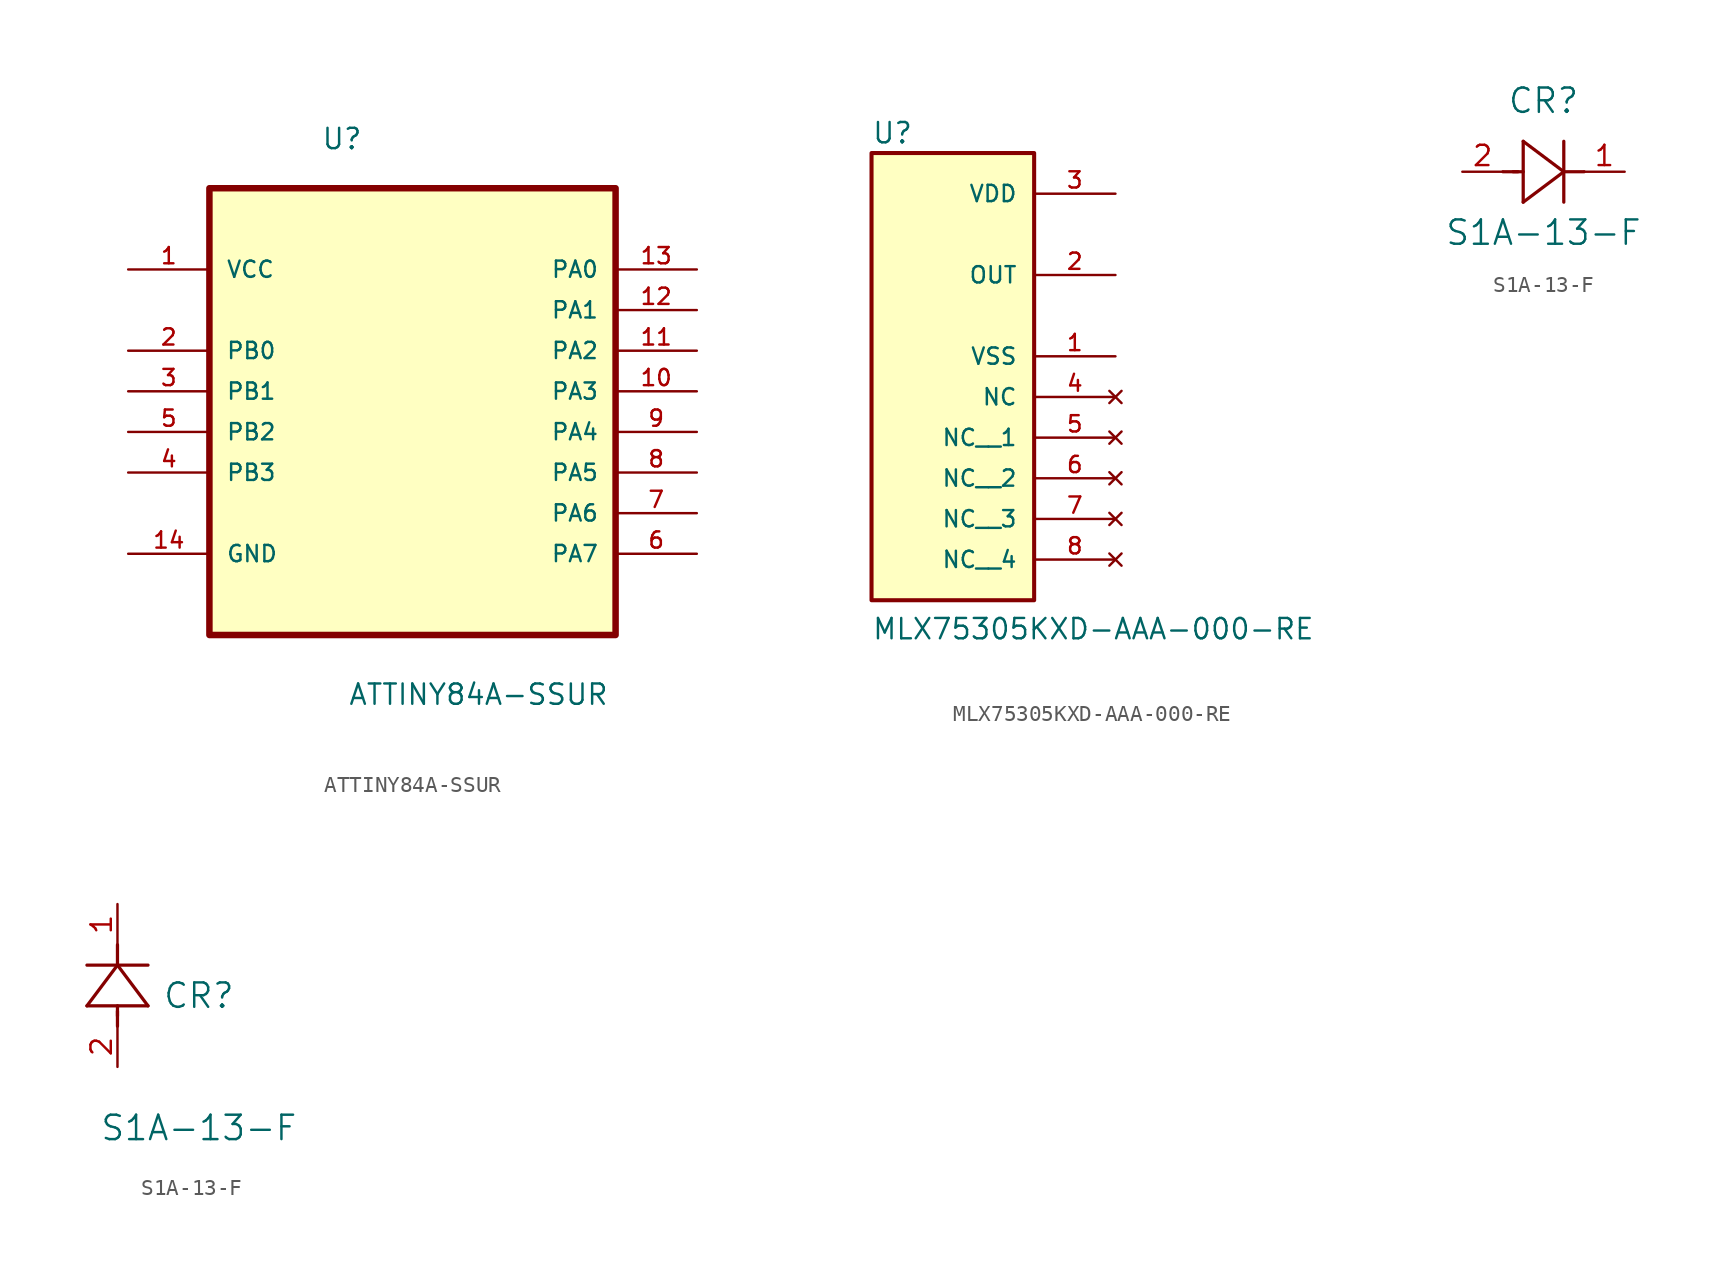
<source format=kicad_sym>
(kicad_symbol_lib
  (version 20220914)
  (generator kicad_symbol_editor)
  (symbol "ATTINY84A-SSUR"
    (pin_names
      (offset 1.016))
    (property "Reference" "U"
      (at -5.718 12.504 0)
      (effects (font (size 1.27 1.27)) (justify left bottom)))
    (property "Value" "ATTINY84A-SSUR"
      (at -4.046 -22.243 0)
      (effects (font (size 1.27 1.27)) (justify left bottom)))
    (symbol "ATTINY84A-SSUR_0_0"
      (rectangle (start -12.7 -17.78) (end 12.7 10.16) (stroke (width 0.406) (type default)) (fill (type background)))
      (pin power_in line (at -17.78 5.08 0) (length 5.08) (name "VCC" (effects (font (size 1.016 1.016)))) (number "1" (effects (font (size 1.016 1.016)))))
      (pin bidirectional line (at 17.78 -2.54 180) (length 5.08) (name "PA3" (effects (font (size 1.016 1.016)))) (number "10" (effects (font (size 1.016 1.016)))))
      (pin bidirectional line (at 17.78 0 180) (length 5.08) (name "PA2" (effects (font (size 1.016 1.016)))) (number "11" (effects (font (size 1.016 1.016)))))
      (pin bidirectional line (at 17.78 2.54 180) (length 5.08) (name "PA1" (effects (font (size 1.016 1.016)))) (number "12" (effects (font (size 1.016 1.016)))))
      (pin bidirectional line (at 17.78 5.08 180) (length 5.08) (name "PA0" (effects (font (size 1.016 1.016)))) (number "13" (effects (font (size 1.016 1.016)))))
      (pin passive line (at -17.78 -12.7 0) (length 5.08) (name "GND" (effects (font (size 1.016 1.016)))) (number "14" (effects (font (size 1.016 1.016)))))
      (pin bidirectional line (at -17.78 0 0) (length 5.08) (name "PB0" (effects (font (size 1.016 1.016)))) (number "2" (effects (font (size 1.016 1.016)))))
      (pin bidirectional line (at -17.78 -2.54 0) (length 5.08) (name "PB1" (effects (font (size 1.016 1.016)))) (number "3" (effects (font (size 1.016 1.016)))))
      (pin bidirectional line (at -17.78 -7.62 0) (length 5.08) (name "PB3" (effects (font (size 1.016 1.016)))) (number "4" (effects (font (size 1.016 1.016)))))
      (pin bidirectional line (at -17.78 -5.08 0) (length 5.08) (name "PB2" (effects (font (size 1.016 1.016)))) (number "5" (effects (font (size 1.016 1.016)))))
      (pin bidirectional line (at 17.78 -12.7 180) (length 5.08) (name "PA7" (effects (font (size 1.016 1.016)))) (number "6" (effects (font (size 1.016 1.016)))))
      (pin bidirectional line (at 17.78 -10.16 180) (length 5.08) (name "PA6" (effects (font (size 1.016 1.016)))) (number "7" (effects (font (size 1.016 1.016)))))
      (pin bidirectional line (at 17.78 -7.62 180) (length 5.08) (name "PA5" (effects (font (size 1.016 1.016)))) (number "8" (effects (font (size 1.016 1.016)))))
      (pin bidirectional line (at 17.78 -5.08 180) (length 5.08) (name "PA4" (effects (font (size 1.016 1.016)))) (number "9" (effects (font (size 1.016 1.016)))))))
  (symbol "MLX75305KXD-AAA-000-RE"
    (pin_names
      (offset 1.016))
    (property "Reference" "U"
      (at -5.08 8.128 0)
      (effects (font (size 1.27 1.27)) (justify left bottom)))
    (property "Value" "MLX75305KXD-AAA-000-RE"
      (at -5.08 -22.86 0)
      (effects (font (size 1.27 1.27)) (justify left bottom)))
    (symbol "MLX75305KXD-AAA-000-RE_0_0"
      (rectangle (start -5.08 -20.32) (end 5.08 7.62) (stroke (width 0.254) (type default)) (fill (type background)))
      (pin power_in line (at 10.16 -5.08 180) (length 5.08) (name "VSS" (effects (font (size 1.016 1.016)))) (number "1" (effects (font (size 1.016 1.016)))))
      (pin output line (at 10.16 0 180) (length 5.08) (name "OUT" (effects (font (size 1.016 1.016)))) (number "2" (effects (font (size 1.016 1.016)))))
      (pin power_in line (at 10.16 5.08 180) (length 5.08) (name "VDD" (effects (font (size 1.016 1.016)))) (number "3" (effects (font (size 1.016 1.016)))))
      (pin no_connect line (at 10.16 -7.62 180) (length 5.08) (name "NC" (effects (font (size 1.016 1.016)))) (number "4" (effects (font (size 1.016 1.016)))))
      (pin no_connect line (at 10.16 -10.16 180) (length 5.08) (name "NC__1" (effects (font (size 1.016 1.016)))) (number "5" (effects (font (size 1.016 1.016)))))
      (pin no_connect line (at 10.16 -12.7 180) (length 5.08) (name "NC__2" (effects (font (size 1.016 1.016)))) (number "6" (effects (font (size 1.016 1.016)))))
      (pin no_connect line (at 10.16 -15.24 180) (length 5.08) (name "NC__3" (effects (font (size 1.016 1.016)))) (number "7" (effects (font (size 1.016 1.016)))))
      (pin no_connect line (at 10.16 -17.78 180) (length 5.08) (name "NC__4" (effects (font (size 1.016 1.016)))) (number "8" (effects (font (size 1.016 1.016)))))))
  (symbol "S1A-13-F"
    (pin_names
      (offset 0.254))
    (property "Reference" "CR"
      (at 5.08 4.445 0)
      (effects (font (size 1.524 1.524))))
    (property "Value" "S1A-13-F"
      (at 5.08 -3.81 0)
      (effects (font (size 1.524 1.524))))
    (property "ki_locked" ""
      (at 0 0 0)
      (effects (font (size 1.27 1.27))))
    (symbol "S1A-13-F_1_1"
      (polyline (pts (xy 2.54 0) (xy 3.48 0)) (stroke (width 0.203) (type default)) (fill (type none)))
      (polyline (pts (xy 3.175 0) (xy 3.81 0)) (stroke (width 0.203) (type default)) (fill (type none)))
      (polyline (pts (xy 3.81 -1.905) (xy 6.35 0)) (stroke (width 0.203) (type default)) (fill (type none)))
      (polyline (pts (xy 3.81 1.905) (xy 3.81 -1.905)) (stroke (width 0.203) (type default)) (fill (type none)))
      (polyline (pts (xy 6.35 -1.905) (xy 6.35 1.905)) (stroke (width 0.203) (type default)) (fill (type none)))
      (polyline (pts (xy 6.35 0) (xy 3.81 1.905)) (stroke (width 0.203) (type default)) (fill (type none)))
      (polyline (pts (xy 6.35 0) (xy 7.62 0)) (stroke (width 0.203) (type default)) (fill (type none)))
      (pin unspecified line (at 10.16 0 180) (length 2.54) (name "" (effects (font (size 1.27 1.27)))) (number "1" (effects (font (size 1.27 1.27)))))
      (pin unspecified line (at 0 0 0) (length 2.54) (name "" (effects (font (size 1.27 1.27)))) (number "2" (effects (font (size 1.27 1.27))))))
    (symbol "S1A-13-F_1_2"
      (polyline (pts (xy -1.905 3.81) (xy 1.905 3.81)) (stroke (width 0.203) (type default)) (fill (type none)))
      (polyline (pts (xy 0 2.54) (xy 0 3.48)) (stroke (width 0.203) (type default)) (fill (type none)))
      (polyline (pts (xy 0 3.175) (xy 0 3.81)) (stroke (width 0.203) (type default)) (fill (type none)))
      (polyline (pts (xy 0 6.35) (xy -1.905 3.81)) (stroke (width 0.203) (type default)) (fill (type none)))
      (polyline (pts (xy 0 6.35) (xy 0 7.62)) (stroke (width 0.203) (type default)) (fill (type none)))
      (polyline (pts (xy 1.905 3.81) (xy 0 6.35)) (stroke (width 0.203) (type default)) (fill (type none)))
      (polyline (pts (xy 1.905 6.35) (xy -1.905 6.35)) (stroke (width 0.203) (type default)) (fill (type none)))
      (pin unspecified line (at 0 10.16 270) (length 2.54) (name "" (effects (font (size 1.27 1.27)))) (number "1" (effects (font (size 1.27 1.27)))))
      (pin unspecified line (at 0 0 90) (length 2.54) (name "" (effects (font (size 1.27 1.27)))) (number "2" (effects (font (size 1.27 1.27))))))))
</source>
